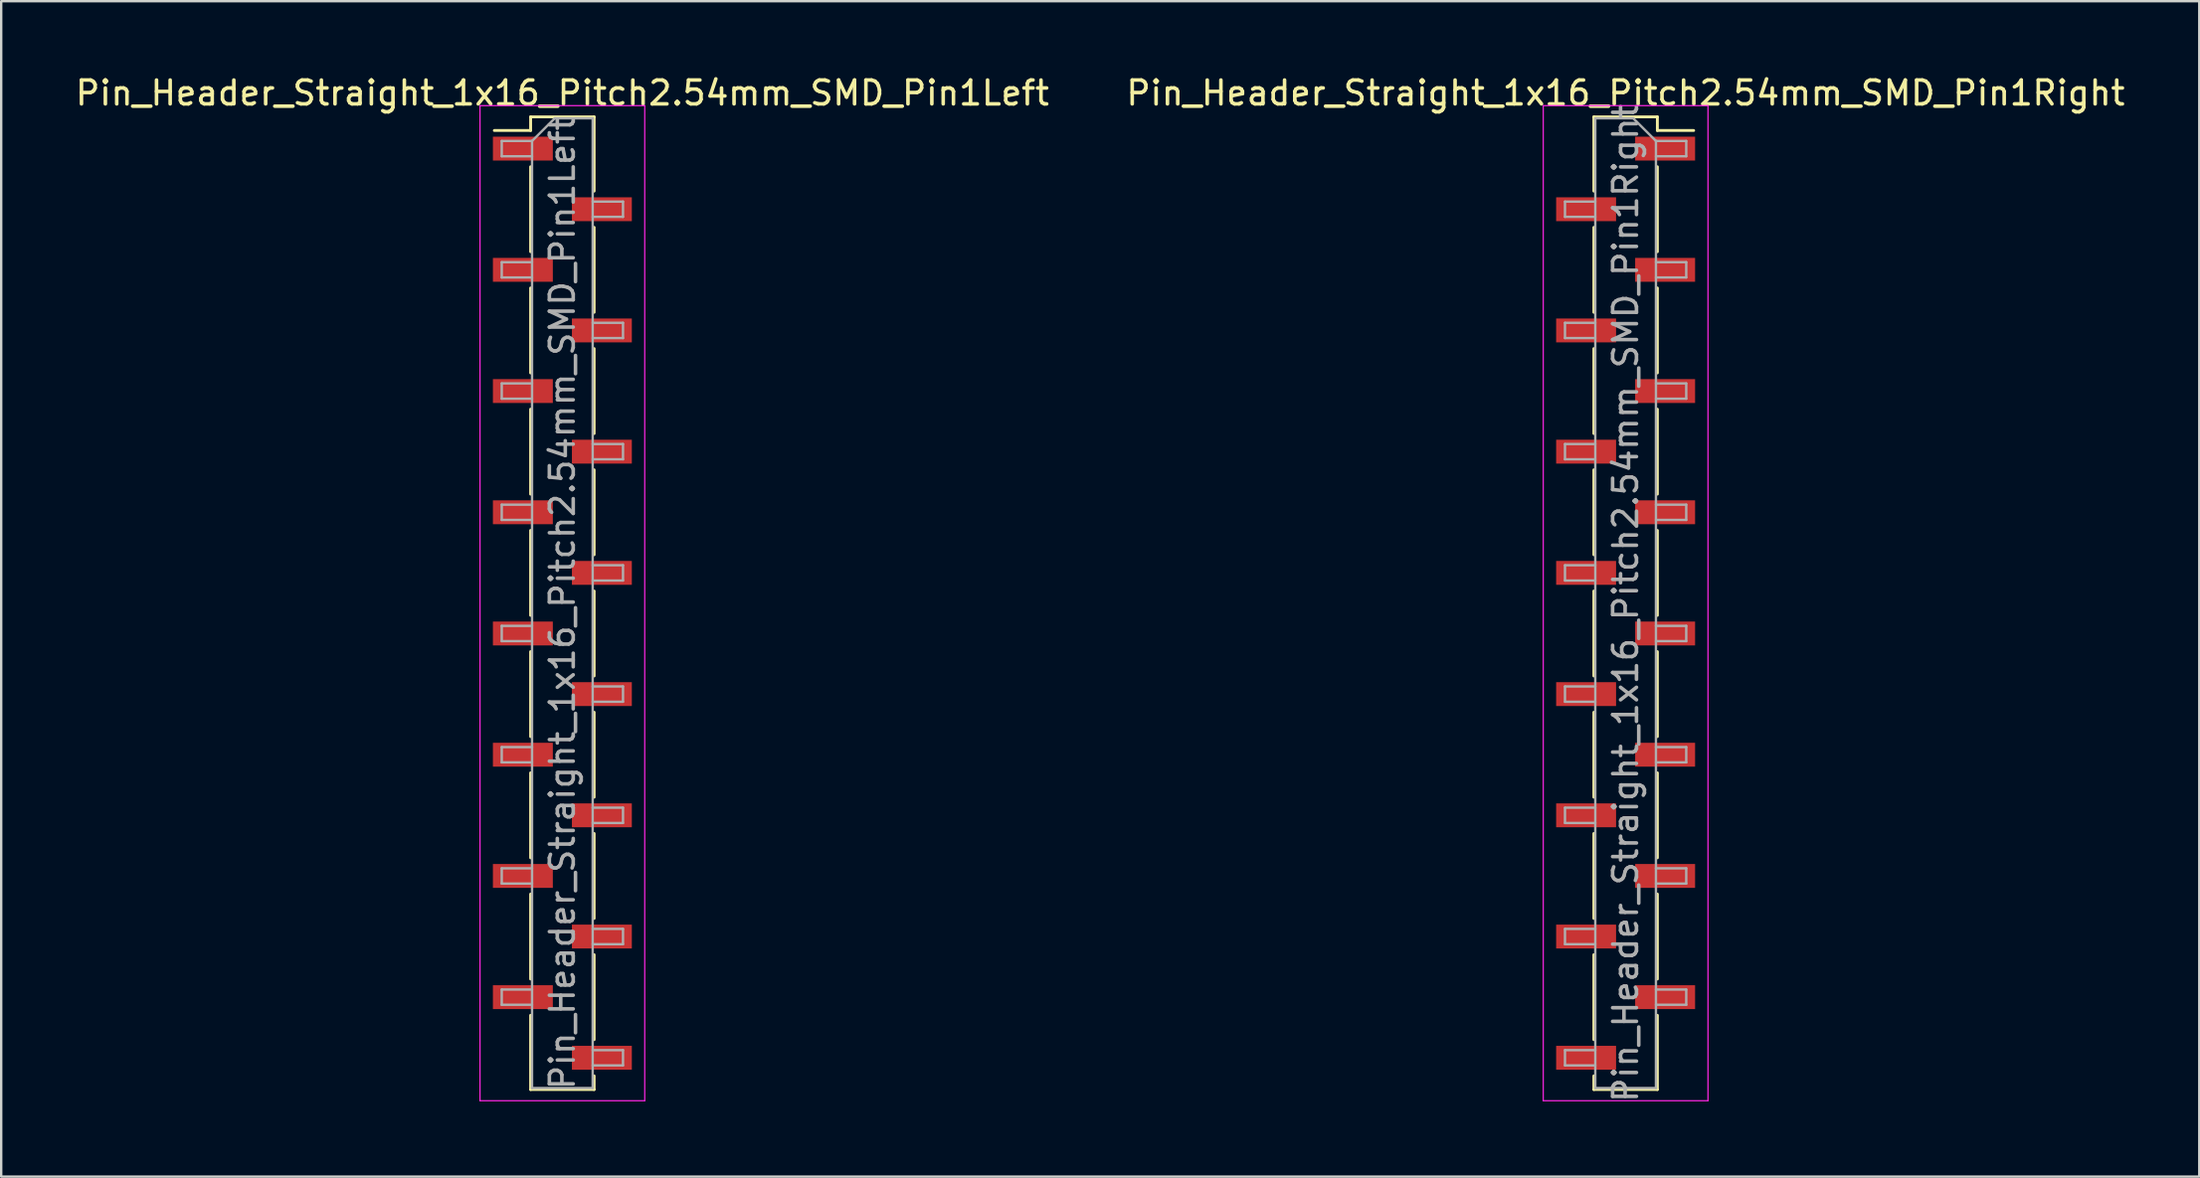
<source format=kicad_pcb>
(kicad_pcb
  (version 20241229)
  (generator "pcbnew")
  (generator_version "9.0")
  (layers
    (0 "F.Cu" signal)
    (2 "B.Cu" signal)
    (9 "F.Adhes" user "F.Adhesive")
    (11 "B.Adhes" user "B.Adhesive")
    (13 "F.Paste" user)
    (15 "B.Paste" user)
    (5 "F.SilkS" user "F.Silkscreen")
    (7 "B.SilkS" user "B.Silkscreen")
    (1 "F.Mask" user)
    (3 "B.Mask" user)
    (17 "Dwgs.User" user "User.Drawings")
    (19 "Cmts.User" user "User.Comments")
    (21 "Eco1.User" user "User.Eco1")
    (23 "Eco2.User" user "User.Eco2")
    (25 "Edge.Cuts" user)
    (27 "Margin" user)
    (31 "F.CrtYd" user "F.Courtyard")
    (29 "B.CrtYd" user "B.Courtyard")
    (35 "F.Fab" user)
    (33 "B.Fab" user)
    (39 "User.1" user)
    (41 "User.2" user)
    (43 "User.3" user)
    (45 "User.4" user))
  (footprint "Pin_Header_Straight_1x16_Pitch2.54mm_SMD_Pin1Left"
    (layer "F.Cu")
    (at 20.506 22.228)
    (property "Reference" "Pin_Header_Straight_1x16_Pitch2.54mm_SMD_Pin1Left" (at 0 -21.38 0) (layer "F.SilkS") (effects (font (size 1 1) (thickness 0.15))))
    (attr smd)
    (fp_line (start -1.33 -20.38) (end -1.33 -19.81) (stroke (width 0.12) (type solid)) (layer "F.SilkS"))
    (fp_line (start -1.33 -20.38) (end 1.33 -20.38) (stroke (width 0.12) (type solid)) (layer "F.SilkS"))
    (fp_line (start -1.33 -19.81) (end -2.85 -19.81) (stroke (width 0.12) (type solid)) (layer "F.SilkS"))
    (fp_line (start -1.33 -18.29) (end -1.33 -14.73) (stroke (width 0.12) (type solid)) (layer "F.SilkS"))
    (fp_line (start -1.33 -13.21) (end -1.33 -9.65) (stroke (width 0.12) (type solid)) (layer "F.SilkS"))
    (fp_line (start -1.33 -8.13) (end -1.33 -4.57) (stroke (width 0.12) (type solid)) (layer "F.SilkS"))
    (fp_line (start -1.33 -3.05) (end -1.33 0.51) (stroke (width 0.12) (type solid)) (layer "F.SilkS"))
    (fp_line (start -1.33 2.03) (end -1.33 5.59) (stroke (width 0.12) (type solid)) (layer "F.SilkS"))
    (fp_line (start -1.33 7.11) (end -1.33 10.67) (stroke (width 0.12) (type solid)) (layer "F.SilkS"))
    (fp_line (start -1.33 12.19) (end -1.33 15.75) (stroke (width 0.12) (type solid)) (layer "F.SilkS"))
    (fp_line (start -1.33 17.27) (end -1.33 20.38) (stroke (width 0.12) (type solid)) (layer "F.SilkS"))
    (fp_line (start -1.33 20.38) (end 1.33 20.38) (stroke (width 0.12) (type solid)) (layer "F.SilkS"))
    (fp_line (start 1.33 -20.38) (end 1.33 -17.27) (stroke (width 0.12) (type solid)) (layer "F.SilkS"))
    (fp_line (start 1.33 -15.75) (end 1.33 -12.19) (stroke (width 0.12) (type solid)) (layer "F.SilkS"))
    (fp_line (start 1.33 -10.67) (end 1.33 -7.11) (stroke (width 0.12) (type solid)) (layer "F.SilkS"))
    (fp_line (start 1.33 -5.59) (end 1.33 -2.03) (stroke (width 0.12) (type solid)) (layer "F.SilkS"))
    (fp_line (start 1.33 -0.51) (end 1.33 3.05) (stroke (width 0.12) (type solid)) (layer "F.SilkS"))
    (fp_line (start 1.33 4.57) (end 1.33 8.13) (stroke (width 0.12) (type solid)) (layer "F.SilkS"))
    (fp_line (start 1.33 9.65) (end 1.33 13.21) (stroke (width 0.12) (type solid)) (layer "F.SilkS"))
    (fp_line (start 1.33 14.73) (end 1.33 18.29) (stroke (width 0.12) (type solid)) (layer "F.SilkS"))
    (fp_line (start 1.33 19.81) (end 1.33 20.38) (stroke (width 0.12) (type solid)) (layer "F.SilkS"))
    (fp_line (start -3.45 -20.85) (end -3.45 20.85) (stroke (width 0.05) (type solid)) (layer "F.CrtYd"))
    (fp_line (start -3.45 20.85) (end 3.45 20.85) (stroke (width 0.05) (type solid)) (layer "F.CrtYd"))
    (fp_line (start 3.45 -20.85) (end -3.45 -20.85) (stroke (width 0.05) (type solid)) (layer "F.CrtYd"))
    (fp_line (start 3.45 20.85) (end 3.45 -20.85) (stroke (width 0.05) (type solid)) (layer "F.CrtYd"))
    (fp_line (start -2.54 -19.37) (end -2.54 -18.73) (stroke (width 0.1) (type solid)) (layer "F.Fab"))
    (fp_line (start -2.54 -18.73) (end -1.27 -18.73) (stroke (width 0.1) (type solid)) (layer "F.Fab"))
    (fp_line (start -2.54 -14.29) (end -2.54 -13.65) (stroke (width 0.1) (type solid)) (layer "F.Fab"))
    (fp_line (start -2.54 -13.65) (end -1.27 -13.65) (stroke (width 0.1) (type solid)) (layer "F.Fab"))
    (fp_line (start -2.54 -9.21) (end -2.54 -8.57) (stroke (width 0.1) (type solid)) (layer "F.Fab"))
    (fp_line (start -2.54 -8.57) (end -1.27 -8.57) (stroke (width 0.1) (type solid)) (layer "F.Fab"))
    (fp_line (start -2.54 -4.13) (end -2.54 -3.49) (stroke (width 0.1) (type solid)) (layer "F.Fab"))
    (fp_line (start -2.54 -3.49) (end -1.27 -3.49) (stroke (width 0.1) (type solid)) (layer "F.Fab"))
    (fp_line (start -2.54 0.95) (end -2.54 1.59) (stroke (width 0.1) (type solid)) (layer "F.Fab"))
    (fp_line (start -2.54 1.59) (end -1.27 1.59) (stroke (width 0.1) (type solid)) (layer "F.Fab"))
    (fp_line (start -2.54 6.03) (end -2.54 6.67) (stroke (width 0.1) (type solid)) (layer "F.Fab"))
    (fp_line (start -2.54 6.67) (end -1.27 6.67) (stroke (width 0.1) (type solid)) (layer "F.Fab"))
    (fp_line (start -2.54 11.11) (end -2.54 11.75) (stroke (width 0.1) (type solid)) (layer "F.Fab"))
    (fp_line (start -2.54 11.75) (end -1.27 11.75) (stroke (width 0.1) (type solid)) (layer "F.Fab"))
    (fp_line (start -2.54 16.19) (end -2.54 16.83) (stroke (width 0.1) (type solid)) (layer "F.Fab"))
    (fp_line (start -2.54 16.83) (end -1.27 16.83) (stroke (width 0.1) (type solid)) (layer "F.Fab"))
    (fp_line (start -1.27 -19.37) (end -2.54 -19.37) (stroke (width 0.1) (type solid)) (layer "F.Fab"))
    (fp_line (start -1.27 -19.37) (end -0.32 -20.32) (stroke (width 0.1) (type solid)) (layer "F.Fab"))
    (fp_line (start -1.27 -14.29) (end -2.54 -14.29) (stroke (width 0.1) (type solid)) (layer "F.Fab"))
    (fp_line (start -1.27 -9.21) (end -2.54 -9.21) (stroke (width 0.1) (type solid)) (layer "F.Fab"))
    (fp_line (start -1.27 -4.13) (end -2.54 -4.13) (stroke (width 0.1) (type solid)) (layer "F.Fab"))
    (fp_line (start -1.27 0.95) (end -2.54 0.95) (stroke (width 0.1) (type solid)) (layer "F.Fab"))
    (fp_line (start -1.27 6.03) (end -2.54 6.03) (stroke (width 0.1) (type solid)) (layer "F.Fab"))
    (fp_line (start -1.27 11.11) (end -2.54 11.11) (stroke (width 0.1) (type solid)) (layer "F.Fab"))
    (fp_line (start -1.27 16.19) (end -2.54 16.19) (stroke (width 0.1) (type solid)) (layer "F.Fab"))
    (fp_line (start -1.27 20.32) (end -1.27 -19.37) (stroke (width 0.1) (type solid)) (layer "F.Fab"))
    (fp_line (start -0.32 -20.32) (end 1.27 -20.32) (stroke (width 0.1) (type solid)) (layer "F.Fab"))
    (fp_line (start 1.27 -20.32) (end 1.27 20.32) (stroke (width 0.1) (type solid)) (layer "F.Fab"))
    (fp_line (start 1.27 -16.83) (end 2.54 -16.83) (stroke (width 0.1) (type solid)) (layer "F.Fab"))
    (fp_line (start 1.27 -11.75) (end 2.54 -11.75) (stroke (width 0.1) (type solid)) (layer "F.Fab"))
    (fp_line (start 1.27 -6.67) (end 2.54 -6.67) (stroke (width 0.1) (type solid)) (layer "F.Fab"))
    (fp_line (start 1.27 -1.59) (end 2.54 -1.59) (stroke (width 0.1) (type solid)) (layer "F.Fab"))
    (fp_line (start 1.27 3.49) (end 2.54 3.49) (stroke (width 0.1) (type solid)) (layer "F.Fab"))
    (fp_line (start 1.27 8.57) (end 2.54 8.57) (stroke (width 0.1) (type solid)) (layer "F.Fab"))
    (fp_line (start 1.27 13.65) (end 2.54 13.65) (stroke (width 0.1) (type solid)) (layer "F.Fab"))
    (fp_line (start 1.27 18.73) (end 2.54 18.73) (stroke (width 0.1) (type solid)) (layer "F.Fab"))
    (fp_line (start 1.27 20.32) (end -1.27 20.32) (stroke (width 0.1) (type solid)) (layer "F.Fab"))
    (fp_line (start 2.54 -16.83) (end 2.54 -16.19) (stroke (width 0.1) (type solid)) (layer "F.Fab"))
    (fp_line (start 2.54 -16.19) (end 1.27 -16.19) (stroke (width 0.1) (type solid)) (layer "F.Fab"))
    (fp_line (start 2.54 -11.75) (end 2.54 -11.11) (stroke (width 0.1) (type solid)) (layer "F.Fab"))
    (fp_line (start 2.54 -11.11) (end 1.27 -11.11) (stroke (width 0.1) (type solid)) (layer "F.Fab"))
    (fp_line (start 2.54 -6.67) (end 2.54 -6.03) (stroke (width 0.1) (type solid)) (layer "F.Fab"))
    (fp_line (start 2.54 -6.03) (end 1.27 -6.03) (stroke (width 0.1) (type solid)) (layer "F.Fab"))
    (fp_line (start 2.54 -1.59) (end 2.54 -0.95) (stroke (width 0.1) (type solid)) (layer "F.Fab"))
    (fp_line (start 2.54 -0.95) (end 1.27 -0.95) (stroke (width 0.1) (type solid)) (layer "F.Fab"))
    (fp_line (start 2.54 3.49) (end 2.54 4.13) (stroke (width 0.1) (type solid)) (layer "F.Fab"))
    (fp_line (start 2.54 4.13) (end 1.27 4.13) (stroke (width 0.1) (type solid)) (layer "F.Fab"))
    (fp_line (start 2.54 8.57) (end 2.54 9.21) (stroke (width 0.1) (type solid)) (layer "F.Fab"))
    (fp_line (start 2.54 9.21) (end 1.27 9.21) (stroke (width 0.1) (type solid)) (layer "F.Fab"))
    (fp_line (start 2.54 13.65) (end 2.54 14.29) (stroke (width 0.1) (type solid)) (layer "F.Fab"))
    (fp_line (start 2.54 14.29) (end 1.27 14.29) (stroke (width 0.1) (type solid)) (layer "F.Fab"))
    (fp_line (start 2.54 18.73) (end 2.54 19.37) (stroke (width 0.1) (type solid)) (layer "F.Fab"))
    (fp_line (start 2.54 19.37) (end 1.27 19.37) (stroke (width 0.1) (type solid)) (layer "F.Fab"))
    (fp_text user "${REFERENCE}" (at 0 0 90) (layer "F.Fab") (effects (font (size 1 1) (thickness 0.15))))
    (pad "1" smd rect (at -1.655 -19.05) (size 2.51 1) (layers "F.Cu" "F.Mask" "F.Paste"))
    (pad "2" smd rect (at 1.655 -16.51) (size 2.51 1) (layers "F.Cu" "F.Mask" "F.Paste"))
    (pad "3" smd rect (at -1.655 -13.97) (size 2.51 1) (layers "F.Cu" "F.Mask" "F.Paste"))
    (pad "4" smd rect (at 1.655 -11.43) (size 2.51 1) (layers "F.Cu" "F.Mask" "F.Paste"))
    (pad "5" smd rect (at -1.655 -8.89) (size 2.51 1) (layers "F.Cu" "F.Mask" "F.Paste"))
    (pad "6" smd rect (at 1.655 -6.35) (size 2.51 1) (layers "F.Cu" "F.Mask" "F.Paste"))
    (pad "7" smd rect (at -1.655 -3.81) (size 2.51 1) (layers "F.Cu" "F.Mask" "F.Paste"))
    (pad "8" smd rect (at 1.655 -1.27) (size 2.51 1) (layers "F.Cu" "F.Mask" "F.Paste"))
    (pad "9" smd rect (at -1.655 1.27) (size 2.51 1) (layers "F.Cu" "F.Mask" "F.Paste"))
    (pad "10" smd rect (at 1.655 3.81) (size 2.51 1) (layers "F.Cu" "F.Mask" "F.Paste"))
    (pad "11" smd rect (at -1.655 6.35) (size 2.51 1) (layers "F.Cu" "F.Mask" "F.Paste"))
    (pad "12" smd rect (at 1.655 8.89) (size 2.51 1) (layers "F.Cu" "F.Mask" "F.Paste"))
    (pad "13" smd rect (at -1.655 11.43) (size 2.51 1) (layers "F.Cu" "F.Mask" "F.Paste"))
    (pad "14" smd rect (at 1.655 13.97) (size 2.51 1) (layers "F.Cu" "F.Mask" "F.Paste"))
    (pad "15" smd rect (at -1.655 16.51) (size 2.51 1) (layers "F.Cu" "F.Mask" "F.Paste"))
    (pad "16" smd rect (at 1.655 19.05) (size 2.51 1) (layers "F.Cu" "F.Mask" "F.Paste")))
  (footprint "Pin_Header_Straight_1x16_Pitch2.54mm_SMD_Pin1Right"
    (layer "F.Cu")
    (at 65.042 22.228)
    (property "Reference" "Pin_Header_Straight_1x16_Pitch2.54mm_SMD_Pin1Right" (at 0 -21.38 0) (layer "F.SilkS") (effects (font (size 1 1) (thickness 0.15))))
    (attr smd)
    (fp_line (start -1.33 -20.38) (end -1.33 -17.27) (stroke (width 0.12) (type solid)) (layer "F.SilkS"))
    (fp_line (start -1.33 -20.38) (end 1.33 -20.38) (stroke (width 0.12) (type solid)) (layer "F.SilkS"))
    (fp_line (start -1.33 -15.75) (end -1.33 -12.19) (stroke (width 0.12) (type solid)) (layer "F.SilkS"))
    (fp_line (start -1.33 -10.67) (end -1.33 -7.11) (stroke (width 0.12) (type solid)) (layer "F.SilkS"))
    (fp_line (start -1.33 -5.59) (end -1.33 -2.03) (stroke (width 0.12) (type solid)) (layer "F.SilkS"))
    (fp_line (start -1.33 -0.51) (end -1.33 3.05) (stroke (width 0.12) (type solid)) (layer "F.SilkS"))
    (fp_line (start -1.33 4.57) (end -1.33 8.13) (stroke (width 0.12) (type solid)) (layer "F.SilkS"))
    (fp_line (start -1.33 9.65) (end -1.33 13.21) (stroke (width 0.12) (type solid)) (layer "F.SilkS"))
    (fp_line (start -1.33 14.73) (end -1.33 18.29) (stroke (width 0.12) (type solid)) (layer "F.SilkS"))
    (fp_line (start -1.33 19.81) (end -1.33 20.38) (stroke (width 0.12) (type solid)) (layer "F.SilkS"))
    (fp_line (start -1.33 20.38) (end 1.33 20.38) (stroke (width 0.12) (type solid)) (layer "F.SilkS"))
    (fp_line (start 1.33 -20.38) (end 1.33 -19.81) (stroke (width 0.12) (type solid)) (layer "F.SilkS"))
    (fp_line (start 1.33 -19.81) (end 2.85 -19.81) (stroke (width 0.12) (type solid)) (layer "F.SilkS"))
    (fp_line (start 1.33 -18.29) (end 1.33 -14.73) (stroke (width 0.12) (type solid)) (layer "F.SilkS"))
    (fp_line (start 1.33 -13.21) (end 1.33 -9.65) (stroke (width 0.12) (type solid)) (layer "F.SilkS"))
    (fp_line (start 1.33 -8.13) (end 1.33 -4.57) (stroke (width 0.12) (type solid)) (layer "F.SilkS"))
    (fp_line (start 1.33 -3.05) (end 1.33 0.51) (stroke (width 0.12) (type solid)) (layer "F.SilkS"))
    (fp_line (start 1.33 2.03) (end 1.33 5.59) (stroke (width 0.12) (type solid)) (layer "F.SilkS"))
    (fp_line (start 1.33 7.11) (end 1.33 10.67) (stroke (width 0.12) (type solid)) (layer "F.SilkS"))
    (fp_line (start 1.33 12.19) (end 1.33 15.75) (stroke (width 0.12) (type solid)) (layer "F.SilkS"))
    (fp_line (start 1.33 17.27) (end 1.33 20.38) (stroke (width 0.12) (type solid)) (layer "F.SilkS"))
    (fp_line (start -3.45 -20.85) (end -3.45 20.85) (stroke (width 0.05) (type solid)) (layer "F.CrtYd"))
    (fp_line (start -3.45 20.85) (end 3.45 20.85) (stroke (width 0.05) (type solid)) (layer "F.CrtYd"))
    (fp_line (start 3.45 -20.85) (end -3.45 -20.85) (stroke (width 0.05) (type solid)) (layer "F.CrtYd"))
    (fp_line (start 3.45 20.85) (end 3.45 -20.85) (stroke (width 0.05) (type solid)) (layer "F.CrtYd"))
    (fp_line (start -2.54 -16.83) (end -2.54 -16.19) (stroke (width 0.1) (type solid)) (layer "F.Fab"))
    (fp_line (start -2.54 -16.19) (end -1.27 -16.19) (stroke (width 0.1) (type solid)) (layer "F.Fab"))
    (fp_line (start -2.54 -11.75) (end -2.54 -11.11) (stroke (width 0.1) (type solid)) (layer "F.Fab"))
    (fp_line (start -2.54 -11.11) (end -1.27 -11.11) (stroke (width 0.1) (type solid)) (layer "F.Fab"))
    (fp_line (start -2.54 -6.67) (end -2.54 -6.03) (stroke (width 0.1) (type solid)) (layer "F.Fab"))
    (fp_line (start -2.54 -6.03) (end -1.27 -6.03) (stroke (width 0.1) (type solid)) (layer "F.Fab"))
    (fp_line (start -2.54 -1.59) (end -2.54 -0.95) (stroke (width 0.1) (type solid)) (layer "F.Fab"))
    (fp_line (start -2.54 -0.95) (end -1.27 -0.95) (stroke (width 0.1) (type solid)) (layer "F.Fab"))
    (fp_line (start -2.54 3.49) (end -2.54 4.13) (stroke (width 0.1) (type solid)) (layer "F.Fab"))
    (fp_line (start -2.54 4.13) (end -1.27 4.13) (stroke (width 0.1) (type solid)) (layer "F.Fab"))
    (fp_line (start -2.54 8.57) (end -2.54 9.21) (stroke (width 0.1) (type solid)) (layer "F.Fab"))
    (fp_line (start -2.54 9.21) (end -1.27 9.21) (stroke (width 0.1) (type solid)) (layer "F.Fab"))
    (fp_line (start -2.54 13.65) (end -2.54 14.29) (stroke (width 0.1) (type solid)) (layer "F.Fab"))
    (fp_line (start -2.54 14.29) (end -1.27 14.29) (stroke (width 0.1) (type solid)) (layer "F.Fab"))
    (fp_line (start -2.54 18.73) (end -2.54 19.37) (stroke (width 0.1) (type solid)) (layer "F.Fab"))
    (fp_line (start -2.54 19.37) (end -1.27 19.37) (stroke (width 0.1) (type solid)) (layer "F.Fab"))
    (fp_line (start -1.27 -20.32) (end -1.27 20.32) (stroke (width 0.1) (type solid)) (layer "F.Fab"))
    (fp_line (start -1.27 -20.32) (end 0.32 -20.32) (stroke (width 0.1) (type solid)) (layer "F.Fab"))
    (fp_line (start -1.27 -16.83) (end -2.54 -16.83) (stroke (width 0.1) (type solid)) (layer "F.Fab"))
    (fp_line (start -1.27 -11.75) (end -2.54 -11.75) (stroke (width 0.1) (type solid)) (layer "F.Fab"))
    (fp_line (start -1.27 -6.67) (end -2.54 -6.67) (stroke (width 0.1) (type solid)) (layer "F.Fab"))
    (fp_line (start -1.27 -1.59) (end -2.54 -1.59) (stroke (width 0.1) (type solid)) (layer "F.Fab"))
    (fp_line (start -1.27 3.49) (end -2.54 3.49) (stroke (width 0.1) (type solid)) (layer "F.Fab"))
    (fp_line (start -1.27 8.57) (end -2.54 8.57) (stroke (width 0.1) (type solid)) (layer "F.Fab"))
    (fp_line (start -1.27 13.65) (end -2.54 13.65) (stroke (width 0.1) (type solid)) (layer "F.Fab"))
    (fp_line (start -1.27 18.73) (end -2.54 18.73) (stroke (width 0.1) (type solid)) (layer "F.Fab"))
    (fp_line (start 1.27 -19.37) (end 0.32 -20.32) (stroke (width 0.1) (type solid)) (layer "F.Fab"))
    (fp_line (start 1.27 -19.37) (end 2.54 -19.37) (stroke (width 0.1) (type solid)) (layer "F.Fab"))
    (fp_line (start 1.27 -14.29) (end 2.54 -14.29) (stroke (width 0.1) (type solid)) (layer "F.Fab"))
    (fp_line (start 1.27 -9.21) (end 2.54 -9.21) (stroke (width 0.1) (type solid)) (layer "F.Fab"))
    (fp_line (start 1.27 -4.13) (end 2.54 -4.13) (stroke (width 0.1) (type solid)) (layer "F.Fab"))
    (fp_line (start 1.27 0.95) (end 2.54 0.95) (stroke (width 0.1) (type solid)) (layer "F.Fab"))
    (fp_line (start 1.27 6.03) (end 2.54 6.03) (stroke (width 0.1) (type solid)) (layer "F.Fab"))
    (fp_line (start 1.27 11.11) (end 2.54 11.11) (stroke (width 0.1) (type solid)) (layer "F.Fab"))
    (fp_line (start 1.27 16.19) (end 2.54 16.19) (stroke (width 0.1) (type solid)) (layer "F.Fab"))
    (fp_line (start 1.27 20.32) (end -1.27 20.32) (stroke (width 0.1) (type solid)) (layer "F.Fab"))
    (fp_line (start 1.27 20.32) (end 1.27 -19.37) (stroke (width 0.1) (type solid)) (layer "F.Fab"))
    (fp_line (start 2.54 -19.37) (end 2.54 -18.73) (stroke (width 0.1) (type solid)) (layer "F.Fab"))
    (fp_line (start 2.54 -18.73) (end 1.27 -18.73) (stroke (width 0.1) (type solid)) (layer "F.Fab"))
    (fp_line (start 2.54 -14.29) (end 2.54 -13.65) (stroke (width 0.1) (type solid)) (layer "F.Fab"))
    (fp_line (start 2.54 -13.65) (end 1.27 -13.65) (stroke (width 0.1) (type solid)) (layer "F.Fab"))
    (fp_line (start 2.54 -9.21) (end 2.54 -8.57) (stroke (width 0.1) (type solid)) (layer "F.Fab"))
    (fp_line (start 2.54 -8.57) (end 1.27 -8.57) (stroke (width 0.1) (type solid)) (layer "F.Fab"))
    (fp_line (start 2.54 -4.13) (end 2.54 -3.49) (stroke (width 0.1) (type solid)) (layer "F.Fab"))
    (fp_line (start 2.54 -3.49) (end 1.27 -3.49) (stroke (width 0.1) (type solid)) (layer "F.Fab"))
    (fp_line (start 2.54 0.95) (end 2.54 1.59) (stroke (width 0.1) (type solid)) (layer "F.Fab"))
    (fp_line (start 2.54 1.59) (end 1.27 1.59) (stroke (width 0.1) (type solid)) (layer "F.Fab"))
    (fp_line (start 2.54 6.03) (end 2.54 6.67) (stroke (width 0.1) (type solid)) (layer "F.Fab"))
    (fp_line (start 2.54 6.67) (end 1.27 6.67) (stroke (width 0.1) (type solid)) (layer "F.Fab"))
    (fp_line (start 2.54 11.11) (end 2.54 11.75) (stroke (width 0.1) (type solid)) (layer "F.Fab"))
    (fp_line (start 2.54 11.75) (end 1.27 11.75) (stroke (width 0.1) (type solid)) (layer "F.Fab"))
    (fp_line (start 2.54 16.19) (end 2.54 16.83) (stroke (width 0.1) (type solid)) (layer "F.Fab"))
    (fp_line (start 2.54 16.83) (end 1.27 16.83) (stroke (width 0.1) (type solid)) (layer "F.Fab"))
    (fp_text user "${REFERENCE}" (at 0 0 90) (layer "F.Fab") (effects (font (size 1 1) (thickness 0.15))))
    (pad "1" smd rect (at 1.655 -19.05) (size 2.51 1) (layers "F.Cu" "F.Mask" "F.Paste"))
    (pad "2" smd rect (at -1.655 -16.51) (size 2.51 1) (layers "F.Cu" "F.Mask" "F.Paste"))
    (pad "3" smd rect (at 1.655 -13.97) (size 2.51 1) (layers "F.Cu" "F.Mask" "F.Paste"))
    (pad "4" smd rect (at -1.655 -11.43) (size 2.51 1) (layers "F.Cu" "F.Mask" "F.Paste"))
    (pad "5" smd rect (at 1.655 -8.89) (size 2.51 1) (layers "F.Cu" "F.Mask" "F.Paste"))
    (pad "6" smd rect (at -1.655 -6.35) (size 2.51 1) (layers "F.Cu" "F.Mask" "F.Paste"))
    (pad "7" smd rect (at 1.655 -3.81) (size 2.51 1) (layers "F.Cu" "F.Mask" "F.Paste"))
    (pad "8" smd rect (at -1.655 -1.27) (size 2.51 1) (layers "F.Cu" "F.Mask" "F.Paste"))
    (pad "9" smd rect (at 1.655 1.27) (size 2.51 1) (layers "F.Cu" "F.Mask" "F.Paste"))
    (pad "10" smd rect (at -1.655 3.81) (size 2.51 1) (layers "F.Cu" "F.Mask" "F.Paste"))
    (pad "11" smd rect (at 1.655 6.35) (size 2.51 1) (layers "F.Cu" "F.Mask" "F.Paste"))
    (pad "12" smd rect (at -1.655 8.89) (size 2.51 1) (layers "F.Cu" "F.Mask" "F.Paste"))
    (pad "13" smd rect (at 1.655 11.43) (size 2.51 1) (layers "F.Cu" "F.Mask" "F.Paste"))
    (pad "14" smd rect (at -1.655 13.97) (size 2.51 1) (layers "F.Cu" "F.Mask" "F.Paste"))
    (pad "15" smd rect (at 1.655 16.51) (size 2.51 1) (layers "F.Cu" "F.Mask" "F.Paste"))
    (pad "16" smd rect (at -1.655 19.05) (size 2.51 1) (layers "F.Cu" "F.Mask" "F.Paste")))
  (gr_rect
    (start -3 -3)
    (end 89.071 46.258)
    (stroke (width 0.1) (type default))
    (fill no)
    (layer "Edge.Cuts")))
</source>
